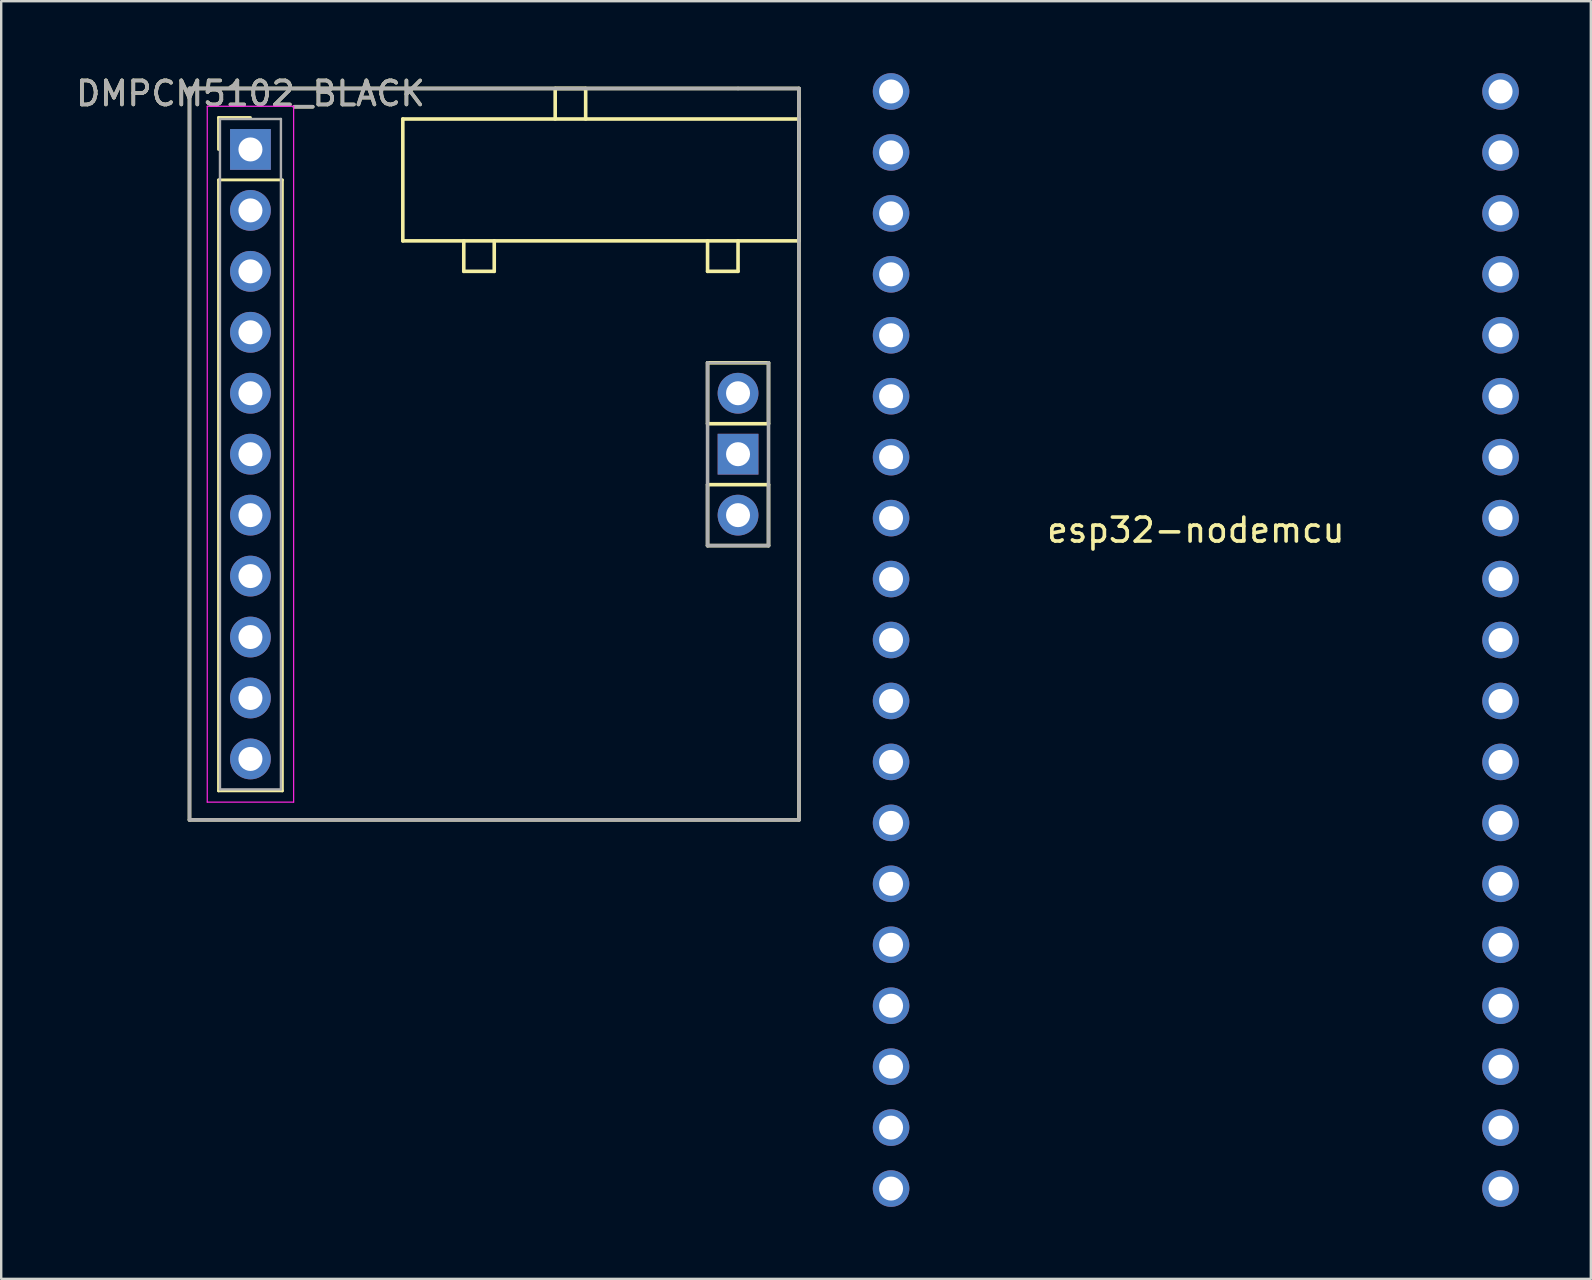
<source format=kicad_pcb>
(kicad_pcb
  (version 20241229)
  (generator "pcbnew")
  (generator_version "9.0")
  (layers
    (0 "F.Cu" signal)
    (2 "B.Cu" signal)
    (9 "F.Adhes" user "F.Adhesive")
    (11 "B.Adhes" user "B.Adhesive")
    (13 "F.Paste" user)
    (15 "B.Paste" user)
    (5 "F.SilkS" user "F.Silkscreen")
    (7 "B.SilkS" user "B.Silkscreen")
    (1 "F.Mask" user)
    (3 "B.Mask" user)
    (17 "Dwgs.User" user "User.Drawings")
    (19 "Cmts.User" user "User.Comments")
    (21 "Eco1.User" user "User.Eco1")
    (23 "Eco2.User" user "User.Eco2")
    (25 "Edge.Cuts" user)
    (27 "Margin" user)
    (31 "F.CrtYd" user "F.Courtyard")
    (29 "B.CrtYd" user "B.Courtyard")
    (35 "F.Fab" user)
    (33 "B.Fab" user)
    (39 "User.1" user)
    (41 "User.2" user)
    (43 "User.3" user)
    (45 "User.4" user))
  (footprint "DMPCM5102_BLACK"
    (layer "F.Cu")
    (at 7.387 3.178)
    (property "Reference" "DMPCM5102_BLACK" (at 0 -2.33 0) (layer "F.SilkS") (effects (font (size 1 1) (thickness 0.15))))
    (attr through_hole)
    (fp_line (start -2.54 -2.54) (end 22.86 -2.54) (stroke (width 0.15) (type solid)) (layer "F.SilkS"))
    (fp_line (start -2.54 27.94) (end -2.54 -2.54) (stroke (width 0.15) (type solid)) (layer "F.SilkS"))
    (fp_line (start -1.33 -1.33) (end 0 -1.33) (stroke (width 0.12) (type solid)) (layer "F.SilkS"))
    (fp_line (start -1.33 0) (end -1.33 -1.33) (stroke (width 0.12) (type solid)) (layer "F.SilkS"))
    (fp_line (start -1.33 1.27) (end -1.33 26.73) (stroke (width 0.12) (type solid)) (layer "F.SilkS"))
    (fp_line (start -1.33 26.73) (end 1.33 26.73) (stroke (width 0.12) (type solid)) (layer "F.SilkS"))
    (fp_line (start 1.33 1.27) (end -1.33 1.27) (stroke (width 0.12) (type solid)) (layer "F.SilkS"))
    (fp_line (start 1.33 26.73) (end 1.33 1.27) (stroke (width 0.12) (type solid)) (layer "F.SilkS"))
    (fp_line (start 6.35 -1.27) (end 6.35 3.81) (stroke (width 0.15) (type solid)) (layer "F.SilkS"))
    (fp_line (start 6.35 3.81) (end 22.86 3.81) (stroke (width 0.15) (type solid)) (layer "F.SilkS"))
    (fp_line (start 8.89 3.81) (end 8.89 5.08) (stroke (width 0.15) (type solid)) (layer "F.SilkS"))
    (fp_line (start 8.89 5.08) (end 10.16 5.08) (stroke (width 0.15) (type solid)) (layer "F.SilkS"))
    (fp_line (start 10.16 5.08) (end 10.16 3.81) (stroke (width 0.15) (type solid)) (layer "F.SilkS"))
    (fp_line (start 12.7 -2.54) (end 13.97 -2.54) (stroke (width 0.15) (type solid)) (layer "F.SilkS"))
    (fp_line (start 12.7 -1.27) (end 12.7 -2.54) (stroke (width 0.15) (type solid)) (layer "F.SilkS"))
    (fp_line (start 13.97 -2.54) (end 13.97 -1.27) (stroke (width 0.15) (type solid)) (layer "F.SilkS"))
    (fp_line (start 19.05 3.81) (end 19.05 5.08) (stroke (width 0.15) (type solid)) (layer "F.SilkS"))
    (fp_line (start 19.05 5.08) (end 20.32 5.08) (stroke (width 0.15) (type solid)) (layer "F.SilkS"))
    (fp_line (start 19.05 8.89) (end 21.59 8.89) (stroke (width 0.15) (type solid)) (layer "F.SilkS"))
    (fp_line (start 19.05 11.43) (end 19.05 8.89) (stroke (width 0.15) (type solid)) (layer "F.SilkS"))
    (fp_line (start 19.05 13.97) (end 21.59 13.97) (stroke (width 0.15) (type solid)) (layer "F.SilkS"))
    (fp_line (start 19.05 16.51) (end 19.05 13.97) (stroke (width 0.15) (type solid)) (layer "F.SilkS"))
    (fp_line (start 20.32 5.08) (end 20.32 3.81) (stroke (width 0.15) (type solid)) (layer "F.SilkS"))
    (fp_line (start 21.59 8.89) (end 21.59 11.43) (stroke (width 0.15) (type solid)) (layer "F.SilkS"))
    (fp_line (start 21.59 11.43) (end 19.05 11.43) (stroke (width 0.15) (type solid)) (layer "F.SilkS"))
    (fp_line (start 21.59 13.97) (end 21.59 16.51) (stroke (width 0.15) (type solid)) (layer "F.SilkS"))
    (fp_line (start 21.59 16.51) (end 19.05 16.51) (stroke (width 0.15) (type solid)) (layer "F.SilkS"))
    (fp_line (start 22.86 -2.54) (end 22.86 27.94) (stroke (width 0.15) (type solid)) (layer "F.SilkS"))
    (fp_line (start 22.86 -1.27) (end 6.35 -1.27) (stroke (width 0.15) (type solid)) (layer "F.SilkS"))
    (fp_line (start 22.86 3.81) (end 22.86 -1.27) (stroke (width 0.15) (type solid)) (layer "F.SilkS"))
    (fp_line (start 22.86 27.94) (end -2.54 27.94) (stroke (width 0.15) (type solid)) (layer "F.SilkS"))
    (fp_line (start -1.8 -1.8) (end -1.8 27.2) (stroke (width 0.05) (type solid)) (layer "F.CrtYd"))
    (fp_line (start -1.8 27.2) (end 1.8 27.2) (stroke (width 0.05) (type solid)) (layer "F.CrtYd"))
    (fp_line (start 1.8 -1.8) (end -1.8 -1.8) (stroke (width 0.05) (type solid)) (layer "F.CrtYd"))
    (fp_line (start 1.8 27.2) (end 1.8 -1.8) (stroke (width 0.05) (type solid)) (layer "F.CrtYd"))
    (fp_line (start -2.54 -2.54) (end -2.54 27.94) (stroke (width 0.15) (type solid)) (layer "F.Fab"))
    (fp_line (start -2.54 27.94) (end 20.32 27.94) (stroke (width 0.15) (type solid)) (layer "F.Fab"))
    (fp_line (start -1.27 -1.27) (end -1.27 26.67) (stroke (width 0.1) (type solid)) (layer "F.Fab"))
    (fp_line (start -1.27 26.67) (end 1.27 26.67) (stroke (width 0.1) (type solid)) (layer "F.Fab"))
    (fp_line (start 1.27 -1.27) (end -1.27 -1.27) (stroke (width 0.1) (type solid)) (layer "F.Fab"))
    (fp_line (start 1.27 26.67) (end 1.27 -1.27) (stroke (width 0.1) (type solid)) (layer "F.Fab"))
    (fp_line (start 19.05 8.89) (end 19.05 16.51) (stroke (width 0.15) (type solid)) (layer "F.Fab"))
    (fp_line (start 19.05 16.51) (end 21.59 16.51) (stroke (width 0.15) (type solid)) (layer "F.Fab"))
    (fp_line (start 20.32 -2.54) (end -2.54 -2.54) (stroke (width 0.15) (type solid)) (layer "F.Fab"))
    (fp_line (start 20.32 27.94) (end 22.86 27.94) (stroke (width 0.15) (type solid)) (layer "F.Fab"))
    (fp_line (start 21.59 8.89) (end 19.05 8.89) (stroke (width 0.1) (type solid)) (layer "F.Fab"))
    (fp_line (start 21.59 16.51) (end 21.59 8.89) (stroke (width 0.15) (type solid)) (layer "F.Fab"))
    (fp_line (start 22.86 -2.54) (end 20.32 -2.54) (stroke (width 0.15) (type solid)) (layer "F.Fab"))
    (fp_line (start 22.86 27.94) (end 22.86 -2.54) (stroke (width 0.15) (type solid)) (layer "F.Fab"))
    (fp_text user "${REFERENCE}" (at 0 -2.33 0) (layer "F.Fab") (effects (font (size 1 1) (thickness 0.15))))
    (pad "1" thru_hole rect (at 0 0) (size 1.7 1.7) (drill 1) (layers "*.Cu" "*.Mask"))
    (pad "2" thru_hole oval (at 0 2.54) (size 1.7 1.7) (drill 1) (layers "*.Cu" "*.Mask"))
    (pad "3" thru_hole oval (at 0 5.08) (size 1.7 1.7) (drill 1) (layers "*.Cu" "*.Mask"))
    (pad "4" thru_hole oval (at 0 7.62) (size 1.7 1.7) (drill 1) (layers "*.Cu" "*.Mask"))
    (pad "5" thru_hole oval (at 0 10.16) (size 1.7 1.7) (drill 1) (layers "*.Cu" "*.Mask"))
    (pad "6" thru_hole oval (at 0 12.7) (size 1.7 1.7) (drill 1) (layers "*.Cu" "*.Mask"))
    (pad "7" thru_hole oval (at 0 15.24) (size 1.7 1.7) (drill 1) (layers "*.Cu" "*.Mask"))
    (pad "8" thru_hole oval (at 0 17.78) (size 1.7 1.7) (drill 1) (layers "*.Cu" "*.Mask"))
    (pad "9" thru_hole oval (at 0 20.32) (size 1.7 1.7) (drill 1) (layers "*.Cu" "*.Mask"))
    (pad "10" thru_hole oval (at 0 22.86) (size 1.7 1.7) (drill 1) (layers "*.Cu" "*.Mask"))
    (pad "11" thru_hole oval (at 0 25.4) (size 1.7 1.7) (drill 1) (layers "*.Cu" "*.Mask"))
    (pad "12" thru_hole oval (at 20.32 10.16) (size 1.7 1.7) (drill 1) (layers "*.Cu" "*.Mask"))
    (pad "13" thru_hole rect (at 20.32 12.7) (size 1.7 1.7) (drill 1) (layers "*.Cu" "*.Mask"))
    (pad "14" thru_hole oval (at 20.32 15.24) (size 1.7 1.7) (drill 1) (layers "*.Cu" "*.Mask")))
  (footprint "esp32-nodemcu"
    (layer "F.Cu")
    (at 46.784 18.542)
    (property "Reference" "esp32-nodemcu" (at 0 0.5 0) (layer "F.SilkS") (effects (font (size 1 1) (thickness 0.15))))
    (attr through_hole)
    (pad "1" thru_hole circle (at -12.7 -17.78) (size 1.524 1.524) (drill 1) (layers "*.Cu" "*.Mask"))
    (pad "2" thru_hole circle (at -12.7 -15.24) (size 1.524 1.524) (drill 1) (layers "*.Cu" "*.Mask"))
    (pad "3" thru_hole circle (at -12.7 -12.7) (size 1.524 1.524) (drill 1) (layers "*.Cu" "*.Mask"))
    (pad "4" thru_hole circle (at -12.7 -10.16) (size 1.524 1.524) (drill 1) (layers "*.Cu" "*.Mask"))
    (pad "5" thru_hole circle (at -12.7 -7.62) (size 1.524 1.524) (drill 1) (layers "*.Cu" "*.Mask"))
    (pad "6" thru_hole circle (at -12.7 -5.08) (size 1.524 1.524) (drill 1) (layers "*.Cu" "*.Mask"))
    (pad "7" thru_hole circle (at -12.7 -2.54) (size 1.524 1.524) (drill 1) (layers "*.Cu" "*.Mask"))
    (pad "8" thru_hole circle (at -12.7 0) (size 1.524 1.524) (drill 1) (layers "*.Cu" "*.Mask"))
    (pad "9" thru_hole circle (at -12.7 2.54) (size 1.524 1.524) (drill 1) (layers "*.Cu" "*.Mask"))
    (pad "10" thru_hole circle (at -12.7 5.08) (size 1.524 1.524) (drill 1) (layers "*.Cu" "*.Mask"))
    (pad "11" thru_hole circle (at -12.7 7.62) (size 1.524 1.524) (drill 1) (layers "*.Cu" "*.Mask"))
    (pad "12" thru_hole circle (at -12.7 10.16) (size 1.524 1.524) (drill 1) (layers "*.Cu" "*.Mask"))
    (pad "13" thru_hole circle (at -12.7 12.7) (size 1.524 1.524) (drill 1) (layers "*.Cu" "*.Mask"))
    (pad "14" thru_hole circle (at -12.7 15.24) (size 1.524 1.524) (drill 1) (layers "*.Cu" "*.Mask"))
    (pad "15" thru_hole circle (at -12.7 17.78) (size 1.524 1.524) (drill 1) (layers "*.Cu" "*.Mask"))
    (pad "16" thru_hole circle (at -12.7 20.32) (size 1.524 1.524) (drill 1) (layers "*.Cu" "*.Mask"))
    (pad "17" thru_hole circle (at -12.7 22.86) (size 1.524 1.524) (drill 1) (layers "*.Cu" "*.Mask"))
    (pad "18" thru_hole circle (at -12.7 25.4) (size 1.524 1.524) (drill 1) (layers "*.Cu" "*.Mask"))
    (pad "19" thru_hole circle (at -12.7 27.94) (size 1.524 1.524) (drill 1) (layers "*.Cu" "*.Mask"))
    (pad "20" thru_hole circle (at 12.7 27.94) (size 1.524 1.524) (drill 1) (layers "*.Cu" "*.Mask"))
    (pad "21" thru_hole circle (at 12.7 25.4) (size 1.524 1.524) (drill 1) (layers "*.Cu" "*.Mask"))
    (pad "22" thru_hole circle (at 12.7 22.86) (size 1.524 1.524) (drill 1) (layers "*.Cu" "*.Mask"))
    (pad "23" thru_hole circle (at 12.7 20.32) (size 1.524 1.524) (drill 1) (layers "*.Cu" "*.Mask"))
    (pad "24" thru_hole circle (at 12.7 17.78) (size 1.524 1.524) (drill 1) (layers "*.Cu" "*.Mask"))
    (pad "25" thru_hole circle (at 12.7 15.24) (size 1.524 1.524) (drill 1) (layers "*.Cu" "*.Mask"))
    (pad "26" thru_hole circle (at 12.7 12.7) (size 1.524 1.524) (drill 1) (layers "*.Cu" "*.Mask"))
    (pad "27" thru_hole circle (at 12.7 10.16) (size 1.524 1.524) (drill 1) (layers "*.Cu" "*.Mask"))
    (pad "28" thru_hole circle (at 12.7 7.62) (size 1.524 1.524) (drill 1) (layers "*.Cu" "*.Mask"))
    (pad "29" thru_hole circle (at 12.7 5.08) (size 1.524 1.524) (drill 1) (layers "*.Cu" "*.Mask"))
    (pad "30" thru_hole circle (at 12.7 2.54) (size 1.524 1.524) (drill 1) (layers "*.Cu" "*.Mask"))
    (pad "31" thru_hole circle (at 12.7 0) (size 1.524 1.524) (drill 1) (layers "*.Cu" "*.Mask"))
    (pad "32" thru_hole circle (at 12.7 -2.54) (size 1.524 1.524) (drill 1) (layers "*.Cu" "*.Mask"))
    (pad "33" thru_hole circle (at 12.7 -5.08) (size 1.524 1.524) (drill 1) (layers "*.Cu" "*.Mask"))
    (pad "34" thru_hole circle (at 12.7 -7.62) (size 1.524 1.524) (drill 1) (layers "*.Cu" "*.Mask"))
    (pad "35" thru_hole circle (at 12.7 -10.16) (size 1.524 1.524) (drill 1) (layers "*.Cu" "*.Mask"))
    (pad "36" thru_hole circle (at 12.7 -12.7) (size 1.524 1.524) (drill 1) (layers "*.Cu" "*.Mask"))
    (pad "37" thru_hole circle (at 12.7 -15.24) (size 1.524 1.524) (drill 1) (layers "*.Cu" "*.Mask"))
    (pad "38" thru_hole circle (at 12.7 -17.78) (size 1.524 1.524) (drill 1) (layers "*.Cu" "*.Mask")))
  (gr_rect
    (start -3 -3)
    (end 63.246 50.244)
    (stroke (width 0.1) (type default))
    (fill no)
    (layer "Edge.Cuts")))
</source>
